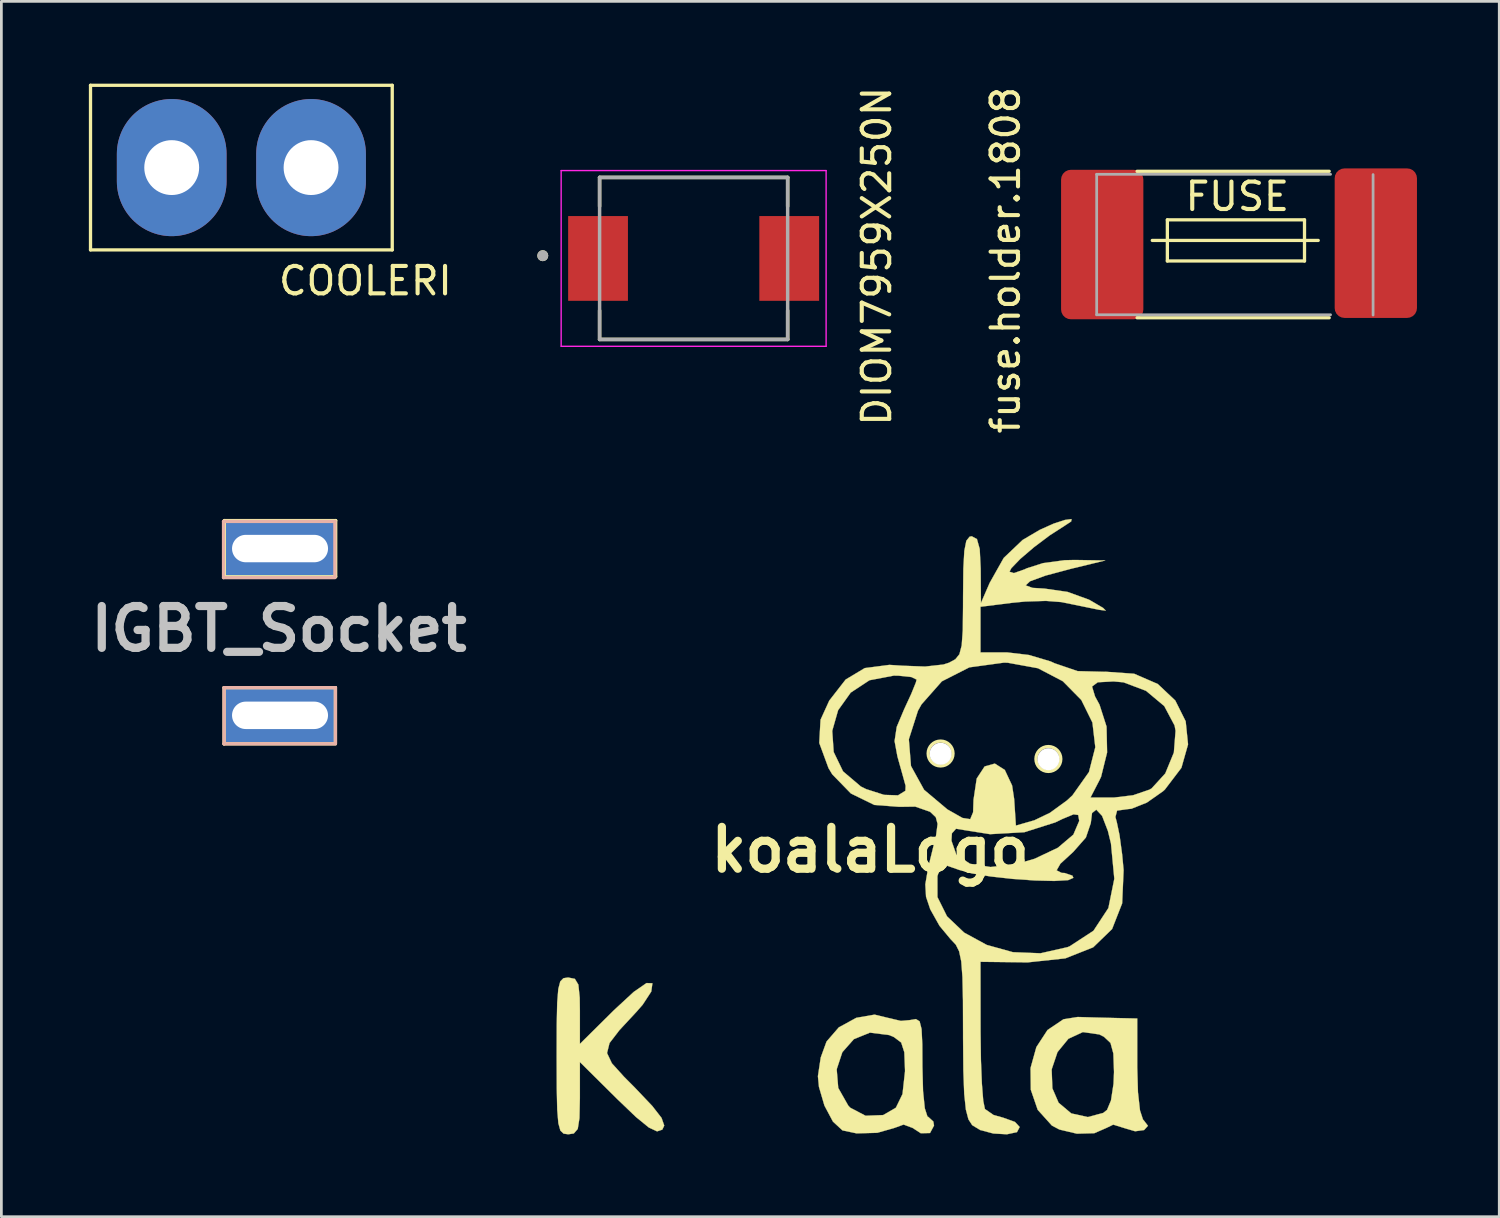
<source format=kicad_pcb>
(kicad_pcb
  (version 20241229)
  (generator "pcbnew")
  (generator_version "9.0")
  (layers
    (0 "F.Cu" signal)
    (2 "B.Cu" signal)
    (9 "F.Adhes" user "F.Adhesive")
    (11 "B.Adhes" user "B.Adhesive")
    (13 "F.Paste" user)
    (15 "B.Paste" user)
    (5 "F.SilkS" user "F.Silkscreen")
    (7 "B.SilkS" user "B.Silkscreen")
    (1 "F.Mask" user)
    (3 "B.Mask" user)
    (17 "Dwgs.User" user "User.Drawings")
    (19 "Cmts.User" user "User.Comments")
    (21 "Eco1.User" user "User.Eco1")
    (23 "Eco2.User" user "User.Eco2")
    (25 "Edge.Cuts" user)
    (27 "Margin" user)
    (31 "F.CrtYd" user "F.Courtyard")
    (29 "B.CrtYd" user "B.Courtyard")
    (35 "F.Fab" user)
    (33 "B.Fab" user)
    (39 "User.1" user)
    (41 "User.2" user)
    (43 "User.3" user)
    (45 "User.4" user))
  (footprint "koalaLogo"
    (layer "F.Cu")
    (at 28.674 27.931)
    (property "Reference" "koalaLogo" (at 0 0 0) (layer "F.SilkS") (effects (font (size 1.524 1.524) (thickness 0.3))))
    (attr through_hole)
    (fp_circle (center 2.567 -3.51) (end 2.945 -3.26) (stroke (width 0.12) (type solid)) (fill no) (layer "F.SilkS"))
    (fp_circle (center 6.497 -3.31) (end 6.875 -3.06) (stroke (width 0.12) (type solid)) (fill no) (layer "F.SilkS"))
    (fp_poly (pts (xy -10.766 4.705) (xy -10.638 4.917) (xy -10.589 5.39) (xy -10.583 5.867) (xy -10.583 7.078) (xy -9.339 5.846) (xy -8.622 5.183) (xy -8.154 4.859) (xy -7.939 4.866) (xy -7.98 5.168) (xy -8.292 5.646) (xy -8.507 5.893) (xy -9.14 6.575) (xy -9.502 7.045) (xy -9.593 7.411) (xy -9.416 7.785) (xy -8.974 8.274) (xy -8.563 8.688) (xy -7.944 9.34) (xy -7.605 9.776) (xy -7.508 10.054) (xy -7.578 10.203) (xy -7.768 10.266) (xy -8.07 10.125) (xy -8.54 9.741) (xy -9.21 9.099) (xy -10.583 7.738) (xy -10.583 9.055) (xy -10.598 9.78) (xy -10.661 10.177) (xy -10.805 10.343) (xy -11.007 10.372) (xy -11.177 10.349) (xy -11.294 10.237) (xy -11.368 9.969) (xy -11.409 9.48) (xy -11.426 8.702) (xy -11.43 7.57) (xy -11.43 7.514) (xy -11.427 6.366) (xy -11.41 5.575) (xy -11.37 5.075) (xy -11.298 4.799) (xy -11.183 4.682) (xy -11.015 4.657) (xy -11.007 4.657) (xy -10.766 4.705)) (stroke (width 0.01) (type solid)) (fill yes) (layer "F.SilkS"))
    (fp_poly (pts (xy 8.189 6.114) (xy 8.906 6.132) (xy 8.943 6.133) (xy 9.737 6.151) (xy 9.737 7.931) (xy 9.763 8.839) (xy 9.837 9.501) (xy 9.947 9.837) (xy 9.967 9.854) (xy 10.127 10.063) (xy 9.985 10.218) (xy 9.66 10.262) (xy 9.313 10.16) (xy 8.862 10.02) (xy 8.613 10.14) (xy 8.171 10.333) (xy 7.536 10.35) (xy 6.899 10.199) (xy 6.625 10.054) (xy 6.108 9.48) (xy 5.856 8.747) (xy 5.848 8.007) (xy 6.617 8.007) (xy 6.643 8.697) (xy 6.87 9.222) (xy 7.332 9.611) (xy 7.935 9.744) (xy 8.496 9.594) (xy 8.636 9.483) (xy 8.78 9.138) (xy 8.872 8.533) (xy 8.89 8.102) (xy 8.866 7.426) (xy 8.762 7.042) (xy 8.524 6.818) (xy 8.355 6.732) (xy 7.754 6.646) (xy 7.227 6.89) (xy 6.83 7.375) (xy 6.617 8.007) (xy 5.848 8.007) (xy 5.848 7.952) (xy 6.059 7.194) (xy 6.466 6.57) (xy 7.047 6.179) (xy 7.564 6.096) (xy 8.189 6.114)) (stroke (width 0.01) (type solid)) (fill yes) (layer "F.SilkS"))
    (fp_poly (pts (xy 0.59 6.114) (xy 1.121 6.239) (xy 1.447 6.209) (xy 1.668 6.172) (xy 1.803 6.255) (xy 1.874 6.535) (xy 1.901 7.09) (xy 1.905 7.913) (xy 1.928 8.798) (xy 1.992 9.425) (xy 2.088 9.723) (xy 2.117 9.737) (xy 2.304 9.908) (xy 2.328 10.054) (xy 2.182 10.326) (xy 1.846 10.334) (xy 1.547 10.14) (xy 1.219 10.018) (xy 0.883 10.14) (xy 0.259 10.318) (xy -0.492 10.339) (xy -1.01 10.23) (xy -1.357 9.909) (xy -1.667 9.327) (xy -1.867 8.644) (xy -1.905 8.255) (xy -1.867 8.002) (xy -1.22 8.002) (xy -1.164 8.682) (xy -0.797 9.329) (xy -0.725 9.404) (xy -0.168 9.696) (xy 0.473 9.672) (xy 0.937 9.404) (xy 1.179 8.906) (xy 1.27 8.081) (xy 1.27 8.023) (xy 1.245 7.381) (xy 1.131 7.027) (xy 0.865 6.827) (xy 0.694 6.755) (xy -0.009 6.666) (xy -0.594 6.904) (xy -1.014 7.379) (xy -1.22 8.002) (xy -1.867 8.002) (xy -1.802 7.572) (xy -1.591 6.992) (xy -1.144 6.475) (xy -0.506 6.126) (xy 0.162 6.01) (xy 0.59 6.114)) (stroke (width 0.01) (type solid)) (fill yes) (layer "F.SilkS"))
    (fp_poly (pts (xy 7.329 -11.971) (xy 7.091 -11.814) (xy 6.55 -11.466) (xy 5.974 -11.033) (xy 5.471 -10.603) (xy 5.145 -10.264) (xy 5.08 -10.137) (xy 5.24 -10.087) (xy 5.634 -10.225) (xy 5.704 -10.26) (xy 6.302 -10.451) (xy 7.089 -10.557) (xy 7.451 -10.566) (xy 8.572 -10.548) (xy 7.339 -10.249) (xy 6.388 -9.995) (xy 5.829 -9.79) (xy 5.67 -9.64) (xy 5.917 -9.549) (xy 6.35 -9.523) (xy 7.194 -9.402) (xy 7.974 -9.12) (xy 8.043 -9.082) (xy 8.492 -8.818) (xy 8.59 -8.72) (xy 8.355 -8.748) (xy 8.177 -8.784) (xy 7.48 -8.927) (xy 6.967 -9.031) (xy 6.409 -9.074) (xy 5.648 -9.05) (xy 5.192 -9.006) (xy 4.022 -8.86) (xy 4.022 -7.197) (xy 4.983 -7.197) (xy 5.787 -7.102) (xy 6.575 -6.868) (xy 6.729 -6.798) (xy 7.563 -6.514) (xy 8.537 -6.489) (xy 8.572 -6.492) (xy 9.624 -6.418) (xy 10.486 -6.044) (xy 11.124 -5.442) (xy 11.503 -4.684) (xy 11.589 -3.842) (xy 11.347 -2.988) (xy 10.743 -2.194) (xy 10.675 -2.133) (xy 10.086 -1.72) (xy 9.528 -1.497) (xy 9.387 -1.482) (xy 9.002 -1.429) (xy 8.941 -1.196) (xy 8.992 -1.005) (xy 9.091 -0.536) (xy 9.187 0.175) (xy 9.24 0.741) (xy 9.187 1.952) (xy 8.82 2.889) (xy 8.131 3.555) (xy 7.116 3.958) (xy 5.768 4.102) (xy 5.556 4.102) (xy 4.022 4.084) (xy 4.025 6.646) (xy 4.038 7.66) (xy 4.073 8.527) (xy 4.123 9.154) (xy 4.184 9.451) (xy 4.498 9.669) (xy 4.852 9.768) (xy 5.279 9.922) (xy 5.451 10.107) (xy 5.352 10.294) (xy 4.985 10.372) (xy 4.491 10.344) (xy 4.01 10.217) (xy 3.719 10.039) (xy 3.583 9.829) (xy 3.489 9.472) (xy 3.429 8.902) (xy 3.397 8.05) (xy 3.387 6.851) (xy 3.387 6.685) (xy 3.383 5.489) (xy 3.364 4.642) (xy 3.321 4.07) (xy 3.243 3.701) (xy 3.122 3.459) (xy 2.946 3.272) (xy 2.934 3.261) (xy 2.53 2.775) (xy 2.191 2.17) (xy 2.189 2.165) (xy 2.037 1.712) (xy 2.011 1.259) (xy 2.063 0.956) (xy 2.452 0.956) (xy 2.453 1.725) (xy 2.802 2.426) (xy 3.427 3.02) (xy 4.252 3.469) (xy 5.204 3.733) (xy 6.21 3.773) (xy 7.195 3.55) (xy 7.274 3.518) (xy 8.141 2.952) (xy 8.685 2.124) (xy 8.901 1.057) (xy 8.779 -0.229) (xy 8.667 -0.688) (xy 8.455 -1.237) (xy 8.244 -1.463) (xy 8.089 -1.34) (xy 8.043 -0.971) (xy 7.865 -0.447) (xy 7.408 0.073) (xy 6.935 0.508) (xy 6.797 0.75) (xy 6.979 0.842) (xy 7.091 0.847) (xy 7.373 0.942) (xy 7.408 1.023) (xy 7.217 1.107) (xy 6.713 1.136) (xy 6.003 1.119) (xy 5.194 1.062) (xy 4.392 0.973) (xy 3.703 0.86) (xy 3.246 0.734) (xy 2.788 0.574) (xy 2.572 0.631) (xy 2.455 0.946) (xy 2.452 0.956) (xy 2.063 0.956) (xy 2.115 0.648) (xy 2.229 0.186) (xy 2.356 -0.332) (xy 2.963 -0.332) (xy 3.144 0.185) (xy 3.642 0.51) (xy 4.389 0.628) (xy 5.319 0.523) (xy 5.994 0.328) (xy 6.843 -0.074) (xy 7.408 -0.553) (xy 7.62 -1.049) (xy 7.62 -1.065) (xy 7.585 -1.269) (xy 7.414 -1.292) (xy 7.009 -1.124) (xy 6.751 -0.999) (xy 5.619 -0.64) (xy 4.371 -0.569) (xy 3.545 -0.7) (xy 3.13 -0.767) (xy 2.98 -0.599) (xy 2.963 -0.332) (xy 2.356 -0.332) (xy 2.403 -0.524) (xy 2.458 -0.944) (xy 2.392 -1.188) (xy 2.199 -1.373) (xy 2.181 -1.387) (xy 1.644 -1.574) (xy 1.058 -1.566) (xy 0.152 -1.635) (xy -0.703 -2.053) (xy -1.383 -2.752) (xy -1.518 -2.976) (xy -1.856 -3.895) (xy -1.832 -4.337) (xy -1.383 -4.337) (xy -1.33 -3.565) (xy -0.989 -2.859) (xy -0.338 -2.306) (xy -0.145 -2.211) (xy 0.508 -2.002) (xy 1.015 -1.985) (xy 1.284 -2.151) (xy 1.292 -2.333) (xy 1.18 -2.739) (xy 1.016 -3.323) (xy 0.993 -3.406) (xy 0.89 -3.964) (xy 0.9 -4.029) (xy 1.41 -4.029) (xy 1.488 -3.055) (xy 1.966 -2.187) (xy 2.816 -1.472) (xy 3.365 -1.161) (xy 3.648 -1.116) (xy 3.753 -1.37) (xy 3.768 -1.823) (xy 3.884 -2.597) (xy 4.173 -3.038) (xy 4.544 -3.143) (xy 4.908 -2.912) (xy 5.175 -2.342) (xy 5.25 -1.848) (xy 5.313 -0.882) (xy 5.986 -1.075) (xy 6.555 -1.348) (xy 7.176 -1.8) (xy 7.289 -1.905) (xy 8.032 -1.905) (xy 8.892 -1.905) (xy 9.585 -1.988) (xy 10.184 -2.193) (xy 10.263 -2.24) (xy 10.758 -2.782) (xy 11.072 -3.544) (xy 11.134 -4.336) (xy 11.099 -4.53) (xy 10.722 -5.239) (xy 10.058 -5.795) (xy 9.237 -6.105) (xy 8.874 -6.138) (xy 8.297 -6.107) (xy 8.089 -5.953) (xy 8.198 -5.591) (xy 8.361 -5.292) (xy 8.618 -4.492) (xy 8.638 -3.548) (xy 8.419 -2.664) (xy 8.355 -2.529) (xy 8.032 -1.905) (xy 7.289 -1.905) (xy 7.374 -1.984) (xy 7.976 -2.833) (xy 8.208 -3.74) (xy 8.103 -4.639) (xy 7.697 -5.462) (xy 7.024 -6.145) (xy 6.117 -6.619) (xy 5.012 -6.82) (xy 4.867 -6.822) (xy 3.617 -6.651) (xy 2.615 -6.142) (xy 1.871 -5.3) (xy 1.742 -5.068) (xy 1.41 -4.029) (xy 0.9 -4.029) (xy 0.968 -4.479) (xy 1.235 -5.114) (xy 1.5 -5.689) (xy 1.666 -6.099) (xy 1.693 -6.205) (xy 1.506 -6.297) (xy 1.038 -6.347) (xy 0.863 -6.35) (xy -0.025 -6.181) (xy -0.709 -5.731) (xy -1.169 -5.088) (xy -1.383 -4.337) (xy -1.832 -4.337) (xy -1.809 -4.741) (xy -1.491 -5.439) (xy -0.893 -6.207) (xy -0.198 -6.624) (xy 0.701 -6.741) (xy 1.19 -6.71) (xy 2.003 -6.68) (xy 2.669 -6.754) (xy 2.877 -6.821) (xy 3.106 -6.946) (xy 3.253 -7.128) (xy 3.337 -7.451) (xy 3.376 -7.999) (xy 3.386 -8.857) (xy 3.387 -9.241) (xy 3.397 -10.248) (xy 3.433 -10.899) (xy 3.506 -11.266) (xy 3.626 -11.415) (xy 3.704 -11.43) (xy 3.893 -11.327) (xy 3.994 -10.966) (xy 4.029 -10.267) (xy 4.03 -10.213) (xy 4.038 -8.996) (xy 4.357 -9.73) (xy 4.869 -10.64) (xy 5.557 -11.295) (xy 6.183 -11.664) (xy 6.686 -11.89) (xy 7.1 -12.025) (xy 7.341 -12.057) (xy 7.329 -11.971)) (stroke (width 0.01) (type solid)) (fill yes) (layer "F.SilkS"))
    (pad "1" thru_hole circle (at 2.57 -3.5) (size 0.8 0.8) (drill 0.8) (layers "*.Cu" "*.Mask"))
    (pad "1" thru_hole circle (at 6.5 -3.3) (size 0.8 0.8) (drill 0.8) (layers "*.Cu" "*.Mask")))
  (footprint "fuse.holder.1808"
    (layer "F.Cu")
    (at 41.009 0.465)
    (property "Reference" "fuse.holder.1808" (at -7.4 5.97 270) (layer "F.SilkS") (effects (font (size 1 1) (thickness 0.15))))
    (attr through_hole)
    (fp_line (start -2.604 2.73) (end 4.4 2.73) (stroke (width 0.12) (type solid)) (layer "F.SilkS"))
    (fp_line (start -2.604 8.07) (end 4.4 8.07) (stroke (width 0.12) (type solid)) (layer "F.SilkS"))
    (fp_line (start -2.05 5.25) (end 4 5.25) (stroke (width 0.12) (type solid)) (layer "F.SilkS"))
    (fp_line (start -1.5 4.5) (end 3.5 4.5) (stroke (width 0.12) (type solid)) (layer "F.SilkS"))
    (fp_line (start -1.5 6) (end -1.5 4.5) (stroke (width 0.12) (type solid)) (layer "F.SilkS"))
    (fp_line (start 3.5 4.5) (end 3.5 6) (stroke (width 0.12) (type solid)) (layer "F.SilkS"))
    (fp_line (start 3.5 6) (end -1.5 6) (stroke (width 0.12) (type solid)) (layer "F.SilkS"))
    (fp_line (start -4.077 2.84) (end 4.45 2.84) (stroke (width 0.1) (type solid)) (layer "F.Fab"))
    (fp_line (start -4.077 7.96) (end -4.077 2.84) (stroke (width 0.1) (type solid)) (layer "F.Fab"))
    (fp_line (start 4.45 7.96) (end -4.077 7.96) (stroke (width 0.1) (type solid)) (layer "F.Fab"))
    (fp_line (start 6 2.85) (end 6 7.97) (stroke (width 0.1) (type solid)) (layer "F.Fab"))
    (fp_text user "FUSE" (at 1.05 3.65 180) (layer "F.SilkS") (effects (font (size 1 1) (thickness 0.15))))
    (pad "1" smd roundrect (at -3.875 5.4) (size 3 5.45) (layers "F.Cu" "F.Mask" "F.Paste") (roundrect_rratio 0.119))
    (pad "2" smd roundrect (at 6.1 5.35) (size 3 5.45) (layers "F.Cu" "F.Mask" "F.Paste") (roundrect_rratio 0.119)))
  (footprint "IGBT_Socket"
    (layer "F.Cu")
    (at 7.179 20.259)
    (property "Reference" "IGBT_Socket" (at -0.06 -0.38 0) (layer "Dwgs.User") (effects (font (size 1.524 1.524) (thickness 0.3))))
    (attr through_hole)
    (fp_line (start -2.06 1.76) (end -2.06 3.81) (stroke (width 0.12) (type solid)) (layer "F.SilkS"))
    (fp_line (start -2.06 3.81) (end 2 3.81) (stroke (width 0.12) (type solid)) (layer "F.SilkS"))
    (fp_line (start -2.05 -4.33) (end -2.05 -2.28) (stroke (width 0.12) (type solid)) (layer "F.SilkS"))
    (fp_line (start -2.05 -2.28) (end 2.01 -2.28) (stroke (width 0.12) (type solid)) (layer "F.SilkS"))
    (fp_line (start 2 1.76) (end -2.06 1.76) (stroke (width 0.12) (type solid)) (layer "F.SilkS"))
    (fp_line (start 2 3.79) (end 2 1.76) (stroke (width 0.12) (type solid)) (layer "F.SilkS"))
    (fp_line (start 2.01 -4.33) (end -2.05 -4.33) (stroke (width 0.12) (type solid)) (layer "F.SilkS"))
    (fp_line (start 2.01 -2.3) (end 2.01 -4.33) (stroke (width 0.12) (type solid)) (layer "F.SilkS"))
    (fp_line (start -2.08 -4.3) (end -2.08 -2.25) (stroke (width 0.12) (type solid)) (layer "B.SilkS"))
    (fp_line (start -2.08 -2.25) (end 1.98 -2.25) (stroke (width 0.12) (type solid)) (layer "B.SilkS"))
    (fp_line (start -2.06 1.76) (end -2.06 3.81) (stroke (width 0.12) (type solid)) (layer "B.SilkS"))
    (fp_line (start -2.06 3.81) (end 2 3.81) (stroke (width 0.12) (type solid)) (layer "B.SilkS"))
    (fp_line (start 1.98 -4.3) (end -2.08 -4.3) (stroke (width 0.12) (type solid)) (layer "B.SilkS"))
    (fp_line (start 1.98 -2.27) (end 1.98 -4.3) (stroke (width 0.12) (type solid)) (layer "B.SilkS"))
    (fp_line (start 2 1.76) (end -2.06 1.76) (stroke (width 0.12) (type solid)) (layer "B.SilkS"))
    (fp_line (start 2 3.79) (end 2 1.76) (stroke (width 0.12) (type solid)) (layer "B.SilkS"))
    (pad "1" thru_hole rect (at -0.02 -3.31) (size 4 2) (drill oval 3.5 1) (layers "*.Cu" "*.Mask"))
    (pad "2" thru_hole rect (at -0.02 2.77) (size 4 2) (drill oval 3.5 1) (layers "*.Cu" "*.Mask")))
  (footprint "COOLERI"
    (layer "F.Cu")
    (at 0.25 6.06)
    (property "Reference" "COOLERI" (at 10.02 1.13 180) (layer "F.SilkS") (effects (font (size 1 1) (thickness 0.15))))
    (attr through_hole)
    (fp_line (start 0 0) (end 0 -6) (stroke (width 0.12) (type solid)) (layer "F.SilkS"))
    (fp_line (start 0 0) (end 11 0) (stroke (width 0.12) (type solid)) (layer "F.SilkS"))
    (fp_line (start 11 -6) (end 0 -6) (stroke (width 0.12) (type solid)) (layer "F.SilkS"))
    (fp_line (start 11 -6) (end 11 0) (stroke (width 0.12) (type solid)) (layer "F.SilkS"))
    (pad "1" thru_hole oval (at 2.96 -3) (size 4 5) (drill 2) (layers "*.Cu" "*.Mask"))
    (pad "1" thru_hole oval (at 8.04 -3) (size 4 5) (drill 2) (layers "*.Cu" "*.Mask")))
  (footprint "DIOM7959X250N"
    (layer "F.Cu")
    (at 22.238 6.372)
    (property "Reference" "DIOM7959X250N" (at 6.675 -0.08 90) (layer "F.SilkS") (effects (font (size 1 1) (thickness 0.15))))
    (attr through_hole)
    (fp_line (start -3.428 -2.953) (end 3.428 -2.953) (stroke (width 0.127) (type solid)) (layer "F.SilkS"))
    (fp_line (start -3.428 -1.9) (end -3.428 -2.953) (stroke (width 0.127) (type solid)) (layer "F.SilkS"))
    (fp_line (start -3.428 1.9) (end -3.428 2.953) (stroke (width 0.127) (type solid)) (layer "F.SilkS"))
    (fp_line (start -3.428 2.953) (end 3.428 2.953) (stroke (width 0.127) (type solid)) (layer "F.SilkS"))
    (fp_line (start 3.428 -2.953) (end 3.428 -1.9) (stroke (width 0.127) (type solid)) (layer "F.SilkS"))
    (fp_line (start 3.428 2.953) (end 3.428 1.9) (stroke (width 0.127) (type solid)) (layer "F.SilkS"))
    (fp_circle (center -5.5 -0.1) (end -5.4 -0.1) (stroke (width 0.2) (type solid)) (fill no) (layer "F.SilkS"))
    (fp_line (start -4.83 -3.203) (end 4.83 -3.203) (stroke (width 0.05) (type solid)) (layer "F.CrtYd"))
    (fp_line (start -4.83 3.203) (end -4.83 -3.203) (stroke (width 0.05) (type solid)) (layer "F.CrtYd"))
    (fp_line (start 4.83 -3.203) (end 4.83 3.203) (stroke (width 0.05) (type solid)) (layer "F.CrtYd"))
    (fp_line (start 4.83 3.203) (end -4.83 3.203) (stroke (width 0.05) (type solid)) (layer "F.CrtYd"))
    (fp_line (start -3.428 -2.953) (end 3.428 -2.953) (stroke (width 0.127) (type solid)) (layer "F.Fab"))
    (fp_line (start -3.428 2.953) (end -3.428 -2.953) (stroke (width 0.127) (type solid)) (layer "F.Fab"))
    (fp_line (start 3.428 -2.953) (end 3.428 2.953) (stroke (width 0.127) (type solid)) (layer "F.Fab"))
    (fp_line (start 3.428 2.953) (end -3.428 2.953) (stroke (width 0.127) (type solid)) (layer "F.Fab"))
    (fp_circle (center -5.5 -0.1) (end -5.4 -0.1) (stroke (width 0.2) (type solid)) (fill no) (layer "F.Fab"))
    (pad "A" smd rect (at 3.485 0) (size 2.18 3.09) (layers "F.Cu" "F.Mask" "F.Paste"))
    (pad "C" smd rect (at -3.485 0) (size 2.18 3.09) (layers "F.Cu" "F.Mask" "F.Paste")))
  (gr_rect
    (start -3 -3)
    (end 51.609 41.307)
    (stroke (width 0.1) (type default))
    (fill no)
    (layer "Edge.Cuts")))
</source>
